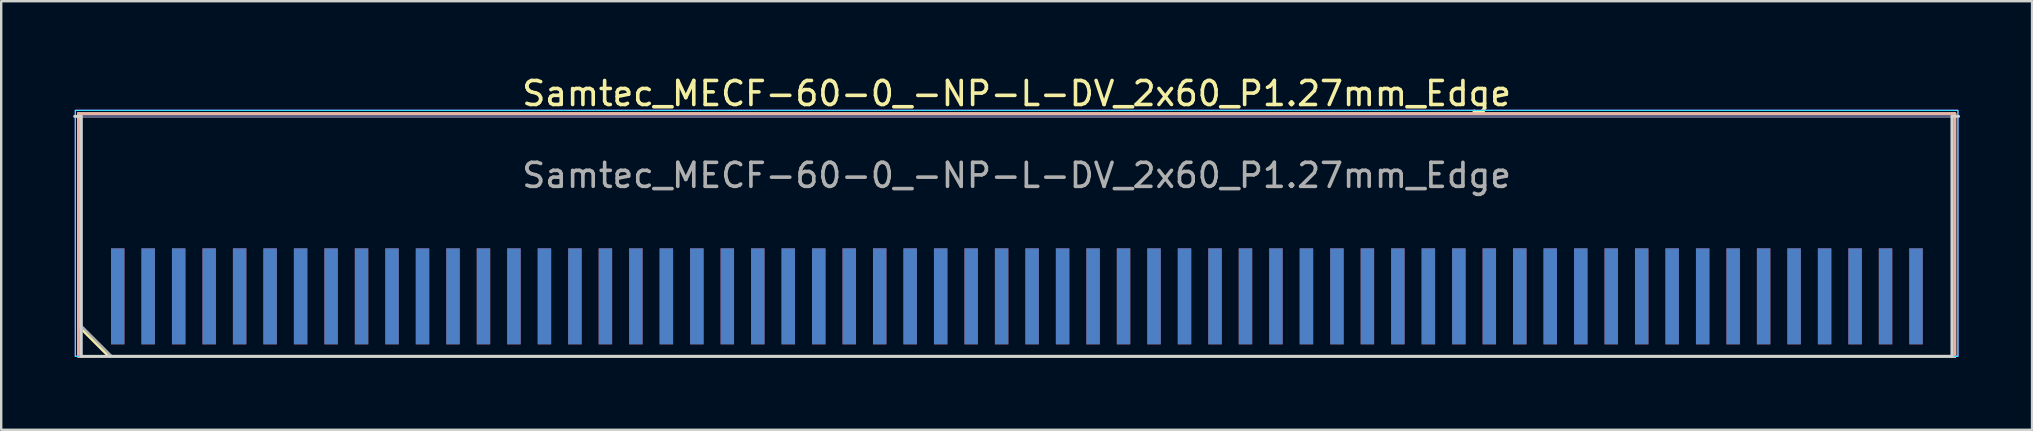
<source format=kicad_pcb>
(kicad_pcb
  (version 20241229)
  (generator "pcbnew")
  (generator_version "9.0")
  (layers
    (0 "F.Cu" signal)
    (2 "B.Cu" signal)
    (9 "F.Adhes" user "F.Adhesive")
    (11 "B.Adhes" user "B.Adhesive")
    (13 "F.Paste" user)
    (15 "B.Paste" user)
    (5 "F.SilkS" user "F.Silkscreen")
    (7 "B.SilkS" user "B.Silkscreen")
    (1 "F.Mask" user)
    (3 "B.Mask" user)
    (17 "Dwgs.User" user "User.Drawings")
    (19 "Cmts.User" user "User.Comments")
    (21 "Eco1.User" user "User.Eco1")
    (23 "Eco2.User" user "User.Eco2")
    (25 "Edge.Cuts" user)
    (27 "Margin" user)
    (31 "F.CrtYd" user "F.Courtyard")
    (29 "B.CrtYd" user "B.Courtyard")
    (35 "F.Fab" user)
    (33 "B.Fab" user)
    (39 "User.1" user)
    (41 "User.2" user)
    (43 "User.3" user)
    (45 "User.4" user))
  (footprint "Samtec_MECF-60-0_-NP-L-DV_2x60_P1.27mm_Edge"
    (layer "F.Cu")
    (at 39.31 6.798)
    (property "Reference" "Samtec_MECF-60-0_-NP-L-DV_2x60_P1.27mm_Edge" (at 0 -5.95 0) (layer "F.SilkS") (effects (font (size 1 1) (thickness 0.15))))
    (attr exclude_from_pos_files exclude_from_bom)
    (fp_line (start -39.09 -5.11) (end 39.09 -5.11) (stroke (width 0.12) (type solid)) (layer "F.SilkS"))
    (fp_line (start -39.09 3.73) (end -39.09 -5.11) (stroke (width 0.12) (type solid)) (layer "F.SilkS"))
    (fp_line (start -37.82 5) (end -39.09 3.73) (stroke (width 0.12) (type solid)) (layer "F.SilkS"))
    (fp_line (start -37.82 5) (end 39.09 5) (stroke (width 0.12) (type solid)) (layer "F.SilkS"))
    (fp_line (start 39.09 5) (end 39.09 -5.11) (stroke (width 0.12) (type solid)) (layer "F.SilkS"))
    (fp_line (start -39.09 -5.11) (end 39.09 -5.11) (stroke (width 0.12) (type solid)) (layer "B.SilkS"))
    (fp_line (start -39.09 5) (end -39.09 -5.11) (stroke (width 0.12) (type solid)) (layer "B.SilkS"))
    (fp_line (start -39.09 5) (end 39.09 5) (stroke (width 0.12) (type solid)) (layer "B.SilkS"))
    (fp_line (start 39.09 5) (end 39.09 -5.11) (stroke (width 0.12) (type solid)) (layer "B.SilkS"))
    (fp_line (start -39.25 -5) (end -38.975 -5) (stroke (width 0.12) (type solid)) (layer "Edge.Cuts"))
    (fp_line (start -38.975 5) (end -38.975 -5) (stroke (width 0.12) (type solid)) (layer "Edge.Cuts"))
    (fp_line (start -38.975 5) (end 38.975 5) (stroke (width 0.12) (type solid)) (layer "Edge.Cuts"))
    (fp_line (start 38.975 5) (end 38.975 -5) (stroke (width 0.12) (type solid)) (layer "Edge.Cuts"))
    (fp_line (start 39.25 -5) (end 38.975 -5) (stroke (width 0.12) (type solid)) (layer "Edge.Cuts"))
    (fp_rect (start -39.22 -5.25) (end 39.22 5) (stroke (width 0.05) (type solid)) (fill no) (layer "B.CrtYd"))
    (fp_rect (start -39.22 -5.25) (end 39.22 5) (stroke (width 0.05) (type solid)) (fill no) (layer "F.CrtYd"))
    (fp_line (start -38.975 -5) (end 38.975 -5) (stroke (width 0.1) (type solid)) (layer "B.Fab"))
    (fp_line (start -38.975 5) (end -38.975 -5) (stroke (width 0.1) (type solid)) (layer "B.Fab"))
    (fp_line (start -38.975 5) (end 38.975 5) (stroke (width 0.1) (type solid)) (layer "B.Fab"))
    (fp_line (start 38.975 5) (end 38.975 -5) (stroke (width 0.1) (type solid)) (layer "B.Fab"))
    (fp_line (start -38.975 -5) (end 38.975 -5) (stroke (width 0.1) (type solid)) (layer "F.Fab"))
    (fp_line (start -38.975 3.73) (end -38.975 -5) (stroke (width 0.1) (type solid)) (layer "F.Fab"))
    (fp_line (start -38.975 3.73) (end -37.705 5) (stroke (width 0.1) (type solid)) (layer "F.Fab"))
    (fp_line (start -37.705 5) (end 38.975 5) (stroke (width 0.1) (type solid)) (layer "F.Fab"))
    (fp_line (start 38.975 5) (end 38.975 -5) (stroke (width 0.1) (type solid)) (layer "F.Fab"))
    (fp_text user "${REFERENCE}" (at 0 -2.54 0) (layer "F.Fab") (effects (font (size 1 1) (thickness 0.15))))
    (pad "1" connect rect (at -37.455 2.5) (size 0.56 4) (layers "F.Cu" "F.Mask"))
    (pad "2" connect rect (at -37.455 2.5) (size 0.56 4) (layers "B.Cu" "B.Mask"))
    (pad "3" connect rect (at -36.185 2.5) (size 0.56 4) (layers "F.Cu" "F.Mask"))
    (pad "4" connect rect (at -36.185 2.5) (size 0.56 4) (layers "B.Cu" "B.Mask"))
    (pad "5" connect rect (at -34.915 2.5) (size 0.56 4) (layers "F.Cu" "F.Mask"))
    (pad "6" connect rect (at -34.915 2.5) (size 0.56 4) (layers "B.Cu" "B.Mask"))
    (pad "7" connect rect (at -33.645 2.5) (size 0.56 4) (layers "F.Cu" "F.Mask"))
    (pad "8" connect rect (at -33.645 2.5) (size 0.56 4) (layers "B.Cu" "B.Mask"))
    (pad "9" connect rect (at -32.375 2.5) (size 0.56 4) (layers "F.Cu" "F.Mask"))
    (pad "10" connect rect (at -32.375 2.5) (size 0.56 4) (layers "B.Cu" "B.Mask"))
    (pad "11" connect rect (at -31.105 2.5) (size 0.56 4) (layers "F.Cu" "F.Mask"))
    (pad "12" connect rect (at -31.105 2.5) (size 0.56 4) (layers "B.Cu" "B.Mask"))
    (pad "13" connect rect (at -29.835 2.5) (size 0.56 4) (layers "F.Cu" "F.Mask"))
    (pad "14" connect rect (at -29.835 2.5) (size 0.56 4) (layers "B.Cu" "B.Mask"))
    (pad "15" connect rect (at -28.565 2.5) (size 0.56 4) (layers "F.Cu" "F.Mask"))
    (pad "16" connect rect (at -28.565 2.5) (size 0.56 4) (layers "B.Cu" "B.Mask"))
    (pad "17" connect rect (at -27.295 2.5) (size 0.56 4) (layers "F.Cu" "F.Mask"))
    (pad "18" connect rect (at -27.295 2.5) (size 0.56 4) (layers "B.Cu" "B.Mask"))
    (pad "19" connect rect (at -26.025 2.5) (size 0.56 4) (layers "F.Cu" "F.Mask"))
    (pad "20" connect rect (at -26.025 2.5) (size 0.56 4) (layers "B.Cu" "B.Mask"))
    (pad "21" connect rect (at -24.755 2.5) (size 0.56 4) (layers "F.Cu" "F.Mask"))
    (pad "22" connect rect (at -24.755 2.5) (size 0.56 4) (layers "B.Cu" "B.Mask"))
    (pad "23" connect rect (at -23.485 2.5) (size 0.56 4) (layers "F.Cu" "F.Mask"))
    (pad "24" connect rect (at -23.485 2.5) (size 0.56 4) (layers "B.Cu" "B.Mask"))
    (pad "25" connect rect (at -22.215 2.5) (size 0.56 4) (layers "F.Cu" "F.Mask"))
    (pad "26" connect rect (at -22.215 2.5) (size 0.56 4) (layers "B.Cu" "B.Mask"))
    (pad "27" connect rect (at -20.945 2.5) (size 0.56 4) (layers "F.Cu" "F.Mask"))
    (pad "28" connect rect (at -20.945 2.5) (size 0.56 4) (layers "B.Cu" "B.Mask"))
    (pad "29" connect rect (at -19.675 2.5) (size 0.56 4) (layers "F.Cu" "F.Mask"))
    (pad "30" connect rect (at -19.675 2.5) (size 0.56 4) (layers "B.Cu" "B.Mask"))
    (pad "31" connect rect (at -18.405 2.5) (size 0.56 4) (layers "F.Cu" "F.Mask"))
    (pad "32" connect rect (at -18.405 2.5) (size 0.56 4) (layers "B.Cu" "B.Mask"))
    (pad "33" connect rect (at -17.135 2.5) (size 0.56 4) (layers "F.Cu" "F.Mask"))
    (pad "34" connect rect (at -17.135 2.5) (size 0.56 4) (layers "B.Cu" "B.Mask"))
    (pad "35" connect rect (at -15.865 2.5) (size 0.56 4) (layers "F.Cu" "F.Mask"))
    (pad "36" connect rect (at -15.865 2.5) (size 0.56 4) (layers "B.Cu" "B.Mask"))
    (pad "37" connect rect (at -14.595 2.5) (size 0.56 4) (layers "F.Cu" "F.Mask"))
    (pad "38" connect rect (at -14.595 2.5) (size 0.56 4) (layers "B.Cu" "B.Mask"))
    (pad "39" connect rect (at -13.325 2.5) (size 0.56 4) (layers "F.Cu" "F.Mask"))
    (pad "40" connect rect (at -13.325 2.5) (size 0.56 4) (layers "B.Cu" "B.Mask"))
    (pad "41" connect rect (at -12.055 2.5) (size 0.56 4) (layers "F.Cu" "F.Mask"))
    (pad "42" connect rect (at -12.055 2.5) (size 0.56 4) (layers "B.Cu" "B.Mask"))
    (pad "43" connect rect (at -10.785 2.5) (size 0.56 4) (layers "F.Cu" "F.Mask"))
    (pad "44" connect rect (at -10.785 2.5) (size 0.56 4) (layers "B.Cu" "B.Mask"))
    (pad "45" connect rect (at -9.515 2.5) (size 0.56 4) (layers "F.Cu" "F.Mask"))
    (pad "46" connect rect (at -9.515 2.5) (size 0.56 4) (layers "B.Cu" "B.Mask"))
    (pad "47" connect rect (at -8.245 2.5) (size 0.56 4) (layers "F.Cu" "F.Mask"))
    (pad "48" connect rect (at -8.245 2.5) (size 0.56 4) (layers "B.Cu" "B.Mask"))
    (pad "49" connect rect (at -6.975 2.5) (size 0.56 4) (layers "F.Cu" "F.Mask"))
    (pad "50" connect rect (at -6.975 2.5) (size 0.56 4) (layers "B.Cu" "B.Mask"))
    (pad "51" connect rect (at -5.705 2.5) (size 0.56 4) (layers "F.Cu" "F.Mask"))
    (pad "52" connect rect (at -5.705 2.5) (size 0.56 4) (layers "B.Cu" "B.Mask"))
    (pad "53" connect rect (at -4.435 2.5) (size 0.56 4) (layers "F.Cu" "F.Mask"))
    (pad "54" connect rect (at -4.435 2.5) (size 0.56 4) (layers "B.Cu" "B.Mask"))
    (pad "55" connect rect (at -3.165 2.5) (size 0.56 4) (layers "F.Cu" "F.Mask"))
    (pad "56" connect rect (at -3.165 2.5) (size 0.56 4) (layers "B.Cu" "B.Mask"))
    (pad "57" connect rect (at -1.895 2.5) (size 0.56 4) (layers "F.Cu" "F.Mask"))
    (pad "58" connect rect (at -1.895 2.5) (size 0.56 4) (layers "B.Cu" "B.Mask"))
    (pad "59" connect rect (at -0.625 2.5) (size 0.56 4) (layers "F.Cu" "F.Mask"))
    (pad "60" connect rect (at -0.625 2.5) (size 0.56 4) (layers "B.Cu" "B.Mask"))
    (pad "61" connect rect (at 0.645 2.5) (size 0.56 4) (layers "F.Cu" "F.Mask"))
    (pad "62" connect rect (at 0.645 2.5) (size 0.56 4) (layers "B.Cu" "B.Mask"))
    (pad "63" connect rect (at 1.915 2.5) (size 0.56 4) (layers "F.Cu" "F.Mask"))
    (pad "64" connect rect (at 1.915 2.5) (size 0.56 4) (layers "B.Cu" "B.Mask"))
    (pad "65" connect rect (at 3.185 2.5) (size 0.56 4) (layers "F.Cu" "F.Mask"))
    (pad "66" connect rect (at 3.185 2.5) (size 0.56 4) (layers "B.Cu" "B.Mask"))
    (pad "67" connect rect (at 4.455 2.5) (size 0.56 4) (layers "F.Cu" "F.Mask"))
    (pad "68" connect rect (at 4.455 2.5) (size 0.56 4) (layers "B.Cu" "B.Mask"))
    (pad "69" connect rect (at 5.725 2.5) (size 0.56 4) (layers "F.Cu" "F.Mask"))
    (pad "70" connect rect (at 5.725 2.5) (size 0.56 4) (layers "B.Cu" "B.Mask"))
    (pad "71" connect rect (at 6.995 2.5) (size 0.56 4) (layers "F.Cu" "F.Mask"))
    (pad "72" connect rect (at 6.995 2.5) (size 0.56 4) (layers "B.Cu" "B.Mask"))
    (pad "73" connect rect (at 8.265 2.5) (size 0.56 4) (layers "F.Cu" "F.Mask"))
    (pad "74" connect rect (at 8.265 2.5) (size 0.56 4) (layers "B.Cu" "B.Mask"))
    (pad "75" connect rect (at 9.535 2.5) (size 0.56 4) (layers "F.Cu" "F.Mask"))
    (pad "76" connect rect (at 9.535 2.5) (size 0.56 4) (layers "B.Cu" "B.Mask"))
    (pad "77" connect rect (at 10.805 2.5) (size 0.56 4) (layers "F.Cu" "F.Mask"))
    (pad "78" connect rect (at 10.805 2.5) (size 0.56 4) (layers "B.Cu" "B.Mask"))
    (pad "79" connect rect (at 12.075 2.5) (size 0.56 4) (layers "F.Cu" "F.Mask"))
    (pad "80" connect rect (at 12.075 2.5) (size 0.56 4) (layers "B.Cu" "B.Mask"))
    (pad "81" connect rect (at 13.345 2.5) (size 0.56 4) (layers "F.Cu" "F.Mask"))
    (pad "82" connect rect (at 13.345 2.5) (size 0.56 4) (layers "B.Cu" "B.Mask"))
    (pad "83" connect rect (at 14.615 2.5) (size 0.56 4) (layers "F.Cu" "F.Mask"))
    (pad "84" connect rect (at 14.615 2.5) (size 0.56 4) (layers "B.Cu" "B.Mask"))
    (pad "85" connect rect (at 15.885 2.5) (size 0.56 4) (layers "F.Cu" "F.Mask"))
    (pad "86" connect rect (at 15.885 2.5) (size 0.56 4) (layers "B.Cu" "B.Mask"))
    (pad "87" connect rect (at 17.155 2.5) (size 0.56 4) (layers "F.Cu" "F.Mask"))
    (pad "88" connect rect (at 17.155 2.5) (size 0.56 4) (layers "B.Cu" "B.Mask"))
    (pad "89" connect rect (at 18.425 2.5) (size 0.56 4) (layers "F.Cu" "F.Mask"))
    (pad "90" connect rect (at 18.425 2.5) (size 0.56 4) (layers "B.Cu" "B.Mask"))
    (pad "91" connect rect (at 19.695 2.5) (size 0.56 4) (layers "F.Cu" "F.Mask"))
    (pad "92" connect rect (at 19.695 2.5) (size 0.56 4) (layers "B.Cu" "B.Mask"))
    (pad "93" connect rect (at 20.965 2.5) (size 0.56 4) (layers "F.Cu" "F.Mask"))
    (pad "94" connect rect (at 20.965 2.5) (size 0.56 4) (layers "B.Cu" "B.Mask"))
    (pad "95" connect rect (at 22.235 2.5) (size 0.56 4) (layers "F.Cu" "F.Mask"))
    (pad "96" connect rect (at 22.235 2.5) (size 0.56 4) (layers "B.Cu" "B.Mask"))
    (pad "97" connect rect (at 23.505 2.5) (size 0.56 4) (layers "F.Cu" "F.Mask"))
    (pad "98" connect rect (at 23.505 2.5) (size 0.56 4) (layers "B.Cu" "B.Mask"))
    (pad "99" connect rect (at 24.775 2.5) (size 0.56 4) (layers "F.Cu" "F.Mask"))
    (pad "100" connect rect (at 24.775 2.5) (size 0.56 4) (layers "B.Cu" "B.Mask"))
    (pad "101" connect rect (at 26.045 2.5) (size 0.56 4) (layers "F.Cu" "F.Mask"))
    (pad "102" connect rect (at 26.045 2.5) (size 0.56 4) (layers "B.Cu" "B.Mask"))
    (pad "103" connect rect (at 27.315 2.5) (size 0.56 4) (layers "F.Cu" "F.Mask"))
    (pad "104" connect rect (at 27.315 2.5) (size 0.56 4) (layers "B.Cu" "B.Mask"))
    (pad "105" connect rect (at 28.585 2.5) (size 0.56 4) (layers "F.Cu" "F.Mask"))
    (pad "106" connect rect (at 28.585 2.5) (size 0.56 4) (layers "B.Cu" "B.Mask"))
    (pad "107" connect rect (at 29.855 2.5) (size 0.56 4) (layers "F.Cu" "F.Mask"))
    (pad "108" connect rect (at 29.855 2.5) (size 0.56 4) (layers "B.Cu" "B.Mask"))
    (pad "109" connect rect (at 31.125 2.5) (size 0.56 4) (layers "F.Cu" "F.Mask"))
    (pad "110" connect rect (at 31.125 2.5) (size 0.56 4) (layers "B.Cu" "B.Mask"))
    (pad "111" connect rect (at 32.395 2.5) (size 0.56 4) (layers "F.Cu" "F.Mask"))
    (pad "112" connect rect (at 32.395 2.5) (size 0.56 4) (layers "B.Cu" "B.Mask"))
    (pad "113" connect rect (at 33.665 2.5) (size 0.56 4) (layers "F.Cu" "F.Mask"))
    (pad "114" connect rect (at 33.665 2.5) (size 0.56 4) (layers "B.Cu" "B.Mask"))
    (pad "115" connect rect (at 34.935 2.5) (size 0.56 4) (layers "F.Cu" "F.Mask"))
    (pad "116" connect rect (at 34.935 2.5) (size 0.56 4) (layers "B.Cu" "B.Mask"))
    (pad "117" connect rect (at 36.205 2.5) (size 0.56 4) (layers "F.Cu" "F.Mask"))
    (pad "118" connect rect (at 36.205 2.5) (size 0.56 4) (layers "B.Cu" "B.Mask"))
    (pad "119" connect rect (at 37.475 2.5) (size 0.56 4) (layers "F.Cu" "F.Mask"))
    (pad "120" connect rect (at 37.475 2.5) (size 0.56 4) (layers "B.Cu" "B.Mask")))
  (gr_rect
    (start -3 -3)
    (end 81.62 14.858)
    (stroke (width 0.1) (type default))
    (fill no)
    (layer "Edge.Cuts")))
</source>
